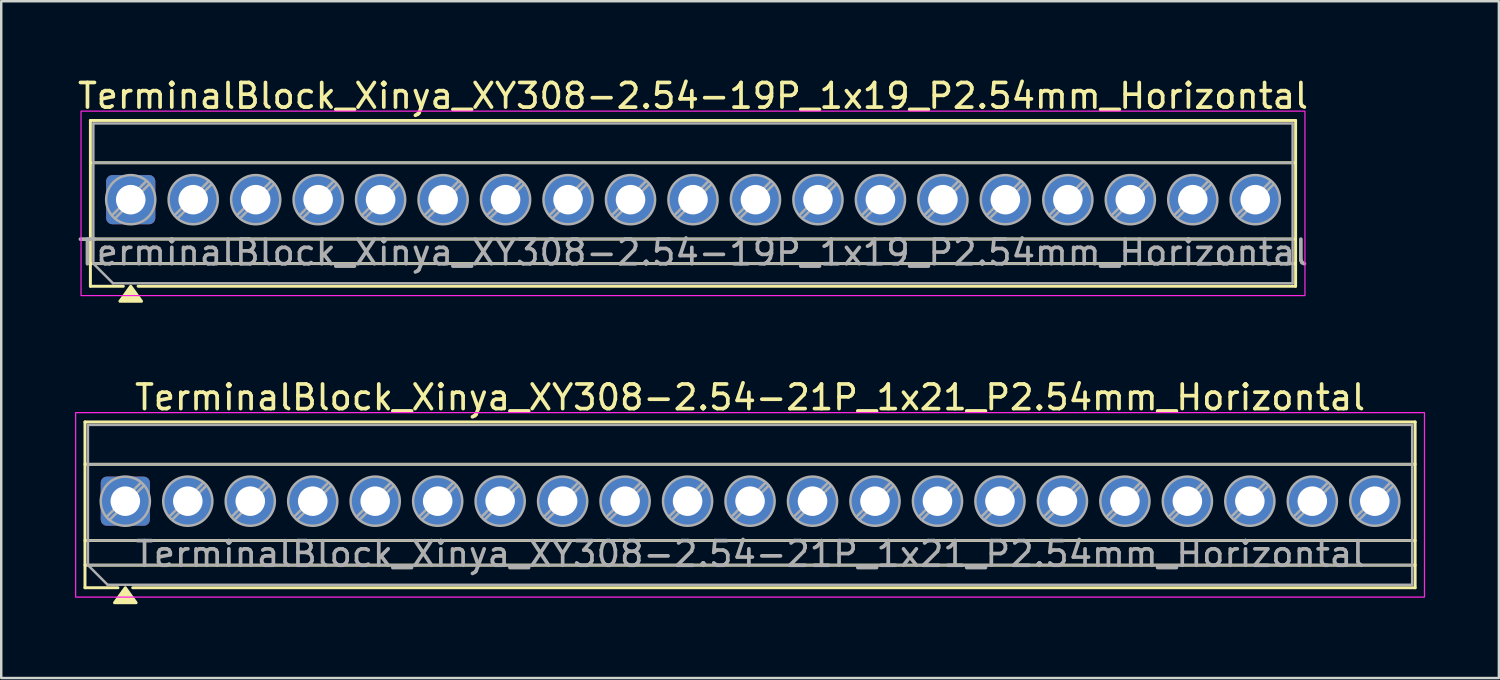
<source format=kicad_pcb>
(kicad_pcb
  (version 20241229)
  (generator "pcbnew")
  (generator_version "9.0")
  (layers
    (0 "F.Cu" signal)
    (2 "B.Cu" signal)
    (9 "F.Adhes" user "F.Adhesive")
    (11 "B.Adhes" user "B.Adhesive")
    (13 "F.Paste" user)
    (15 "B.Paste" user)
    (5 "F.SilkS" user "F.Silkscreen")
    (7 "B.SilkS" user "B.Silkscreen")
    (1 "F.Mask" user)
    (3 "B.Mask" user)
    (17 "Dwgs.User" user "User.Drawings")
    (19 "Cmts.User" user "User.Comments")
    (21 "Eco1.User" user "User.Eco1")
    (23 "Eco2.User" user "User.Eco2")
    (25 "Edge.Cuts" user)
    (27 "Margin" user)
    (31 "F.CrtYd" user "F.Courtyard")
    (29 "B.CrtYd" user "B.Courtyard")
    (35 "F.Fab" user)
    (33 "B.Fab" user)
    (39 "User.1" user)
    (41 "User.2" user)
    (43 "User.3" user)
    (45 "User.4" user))
  (footprint "TerminalBlock_Xinya_XY308-2.54-19P_1x19_P2.54mm_Horizontal"
    (layer "F.Cu")
    (at 2.265 5.068)
    (property "Reference" "TerminalBlock_Xinya_XY308-2.54-19P_1x19_P2.54mm_Horizontal" (at 22.86 -4.22 0) (layer "F.SilkS") (effects (font (size 1 1) (thickness 0.15))))
    (attr through_hole)
    (fp_line (start -1.64 -3.22) (end 47.36 -3.22) (stroke (width 0.12) (type solid)) (layer "F.SilkS"))
    (fp_line (start -1.64 -1.5) (end 47.36 -1.5) (stroke (width 0.12) (type solid)) (layer "F.SilkS"))
    (fp_line (start -1.64 1.6) (end 47.36 1.6) (stroke (width 0.12) (type solid)) (layer "F.SilkS"))
    (fp_line (start -1.64 2.6) (end 47.36 2.6) (stroke (width 0.12) (type solid)) (layer "F.SilkS"))
    (fp_line (start -1.64 3.52) (end -1.64 -3.22) (stroke (width 0.12) (type solid)) (layer "F.SilkS"))
    (fp_line (start -0.3 3.52) (end -1.64 3.52) (stroke (width 0.12) (type solid)) (layer "F.SilkS"))
    (fp_line (start 47.36 -3.22) (end 47.36 3.52) (stroke (width 0.12) (type solid)) (layer "F.SilkS"))
    (fp_line (start 47.36 3.52) (end 0.3 3.52) (stroke (width 0.12) (type solid)) (layer "F.SilkS"))
    (fp_poly (pts (xy 0 3.52) (xy 0.44 4.13) (xy -0.44 4.13)) (stroke (width 0.12) (type solid)) (fill yes) (layer "F.SilkS"))
    (fp_rect (start -2.02 -3.6) (end 47.74 3.9) (stroke (width 0.05) (type solid)) (fill no) (layer "F.CrtYd"))
    (fp_line (start -1.52 -3.1) (end 47.24 -3.1) (stroke (width 0.1) (type solid)) (layer "F.Fab"))
    (fp_line (start -1.52 -1.5) (end 47.24 -1.5) (stroke (width 0.1) (type solid)) (layer "F.Fab"))
    (fp_line (start -1.52 1.6) (end 47.24 1.6) (stroke (width 0.1) (type solid)) (layer "F.Fab"))
    (fp_line (start -1.52 2.6) (end -1.52 -3.1) (stroke (width 0.1) (type solid)) (layer "F.Fab"))
    (fp_line (start -1.52 2.6) (end 47.24 2.6) (stroke (width 0.1) (type solid)) (layer "F.Fab"))
    (fp_line (start -0.72 3.4) (end -1.52 2.6) (stroke (width 0.1) (type solid)) (layer "F.Fab"))
    (fp_line (start 0.636 -0.758) (end -0.758 0.636) (stroke (width 0.1) (type solid)) (layer "F.Fab"))
    (fp_line (start 0.758 -0.636) (end -0.636 0.758) (stroke (width 0.1) (type solid)) (layer "F.Fab"))
    (fp_line (start 3.176 -0.758) (end 1.782 0.636) (stroke (width 0.1) (type solid)) (layer "F.Fab"))
    (fp_line (start 3.298 -0.636) (end 1.904 0.758) (stroke (width 0.1) (type solid)) (layer "F.Fab"))
    (fp_line (start 5.716 -0.758) (end 4.322 0.636) (stroke (width 0.1) (type solid)) (layer "F.Fab"))
    (fp_line (start 5.838 -0.636) (end 4.444 0.758) (stroke (width 0.1) (type solid)) (layer "F.Fab"))
    (fp_line (start 8.256 -0.758) (end 6.862 0.636) (stroke (width 0.1) (type solid)) (layer "F.Fab"))
    (fp_line (start 8.378 -0.636) (end 6.984 0.758) (stroke (width 0.1) (type solid)) (layer "F.Fab"))
    (fp_line (start 10.796 -0.758) (end 9.402 0.636) (stroke (width 0.1) (type solid)) (layer "F.Fab"))
    (fp_line (start 10.918 -0.636) (end 9.524 0.758) (stroke (width 0.1) (type solid)) (layer "F.Fab"))
    (fp_line (start 13.336 -0.758) (end 11.942 0.636) (stroke (width 0.1) (type solid)) (layer "F.Fab"))
    (fp_line (start 13.458 -0.636) (end 12.064 0.758) (stroke (width 0.1) (type solid)) (layer "F.Fab"))
    (fp_line (start 15.876 -0.758) (end 14.482 0.636) (stroke (width 0.1) (type solid)) (layer "F.Fab"))
    (fp_line (start 15.998 -0.636) (end 14.604 0.758) (stroke (width 0.1) (type solid)) (layer "F.Fab"))
    (fp_line (start 18.416 -0.758) (end 17.022 0.636) (stroke (width 0.1) (type solid)) (layer "F.Fab"))
    (fp_line (start 18.538 -0.636) (end 17.144 0.758) (stroke (width 0.1) (type solid)) (layer "F.Fab"))
    (fp_line (start 20.956 -0.758) (end 19.562 0.636) (stroke (width 0.1) (type solid)) (layer "F.Fab"))
    (fp_line (start 21.078 -0.636) (end 19.684 0.758) (stroke (width 0.1) (type solid)) (layer "F.Fab"))
    (fp_line (start 23.496 -0.758) (end 22.102 0.636) (stroke (width 0.1) (type solid)) (layer "F.Fab"))
    (fp_line (start 23.618 -0.636) (end 22.224 0.758) (stroke (width 0.1) (type solid)) (layer "F.Fab"))
    (fp_line (start 26.036 -0.758) (end 24.642 0.636) (stroke (width 0.1) (type solid)) (layer "F.Fab"))
    (fp_line (start 26.158 -0.636) (end 24.764 0.758) (stroke (width 0.1) (type solid)) (layer "F.Fab"))
    (fp_line (start 28.576 -0.758) (end 27.182 0.636) (stroke (width 0.1) (type solid)) (layer "F.Fab"))
    (fp_line (start 28.698 -0.636) (end 27.304 0.758) (stroke (width 0.1) (type solid)) (layer "F.Fab"))
    (fp_line (start 31.116 -0.758) (end 29.722 0.636) (stroke (width 0.1) (type solid)) (layer "F.Fab"))
    (fp_line (start 31.238 -0.636) (end 29.844 0.758) (stroke (width 0.1) (type solid)) (layer "F.Fab"))
    (fp_line (start 33.656 -0.758) (end 32.262 0.636) (stroke (width 0.1) (type solid)) (layer "F.Fab"))
    (fp_line (start 33.778 -0.636) (end 32.384 0.758) (stroke (width 0.1) (type solid)) (layer "F.Fab"))
    (fp_line (start 36.196 -0.758) (end 34.802 0.636) (stroke (width 0.1) (type solid)) (layer "F.Fab"))
    (fp_line (start 36.318 -0.636) (end 34.924 0.758) (stroke (width 0.1) (type solid)) (layer "F.Fab"))
    (fp_line (start 38.736 -0.758) (end 37.342 0.636) (stroke (width 0.1) (type solid)) (layer "F.Fab"))
    (fp_line (start 38.858 -0.636) (end 37.464 0.758) (stroke (width 0.1) (type solid)) (layer "F.Fab"))
    (fp_line (start 41.276 -0.758) (end 39.882 0.636) (stroke (width 0.1) (type solid)) (layer "F.Fab"))
    (fp_line (start 41.398 -0.636) (end 40.004 0.758) (stroke (width 0.1) (type solid)) (layer "F.Fab"))
    (fp_line (start 43.816 -0.758) (end 42.422 0.636) (stroke (width 0.1) (type solid)) (layer "F.Fab"))
    (fp_line (start 43.938 -0.636) (end 42.544 0.758) (stroke (width 0.1) (type solid)) (layer "F.Fab"))
    (fp_line (start 46.356 -0.758) (end 44.962 0.636) (stroke (width 0.1) (type solid)) (layer "F.Fab"))
    (fp_line (start 46.478 -0.636) (end 45.084 0.758) (stroke (width 0.1) (type solid)) (layer "F.Fab"))
    (fp_line (start 47.24 -3.1) (end 47.24 3.4) (stroke (width 0.1) (type solid)) (layer "F.Fab"))
    (fp_line (start 47.24 3.4) (end -0.72 3.4) (stroke (width 0.1) (type solid)) (layer "F.Fab"))
    (fp_circle (center 0 0) (end 1 0) (stroke (width 0.1) (type solid)) (fill no) (layer "F.Fab"))
    (fp_circle (center 2.54 0) (end 3.54 0) (stroke (width 0.1) (type solid)) (fill no) (layer "F.Fab"))
    (fp_circle (center 5.08 0) (end 6.08 0) (stroke (width 0.1) (type solid)) (fill no) (layer "F.Fab"))
    (fp_circle (center 7.62 0) (end 8.62 0) (stroke (width 0.1) (type solid)) (fill no) (layer "F.Fab"))
    (fp_circle (center 10.16 0) (end 11.16 0) (stroke (width 0.1) (type solid)) (fill no) (layer "F.Fab"))
    (fp_circle (center 12.7 0) (end 13.7 0) (stroke (width 0.1) (type solid)) (fill no) (layer "F.Fab"))
    (fp_circle (center 15.24 0) (end 16.24 0) (stroke (width 0.1) (type solid)) (fill no) (layer "F.Fab"))
    (fp_circle (center 17.78 0) (end 18.78 0) (stroke (width 0.1) (type solid)) (fill no) (layer "F.Fab"))
    (fp_circle (center 20.32 0) (end 21.32 0) (stroke (width 0.1) (type solid)) (fill no) (layer "F.Fab"))
    (fp_circle (center 22.86 0) (end 23.86 0) (stroke (width 0.1) (type solid)) (fill no) (layer "F.Fab"))
    (fp_circle (center 25.4 0) (end 26.4 0) (stroke (width 0.1) (type solid)) (fill no) (layer "F.Fab"))
    (fp_circle (center 27.94 0) (end 28.94 0) (stroke (width 0.1) (type solid)) (fill no) (layer "F.Fab"))
    (fp_circle (center 30.48 0) (end 31.48 0) (stroke (width 0.1) (type solid)) (fill no) (layer "F.Fab"))
    (fp_circle (center 33.02 0) (end 34.02 0) (stroke (width 0.1) (type solid)) (fill no) (layer "F.Fab"))
    (fp_circle (center 35.56 0) (end 36.56 0) (stroke (width 0.1) (type solid)) (fill no) (layer "F.Fab"))
    (fp_circle (center 38.1 0) (end 39.1 0) (stroke (width 0.1) (type solid)) (fill no) (layer "F.Fab"))
    (fp_circle (center 40.64 0) (end 41.64 0) (stroke (width 0.1) (type solid)) (fill no) (layer "F.Fab"))
    (fp_circle (center 43.18 0) (end 44.18 0) (stroke (width 0.1) (type solid)) (fill no) (layer "F.Fab"))
    (fp_circle (center 45.72 0) (end 46.72 0) (stroke (width 0.1) (type solid)) (fill no) (layer "F.Fab"))
    (fp_text user "${REFERENCE}" (at 22.86 2.15 0) (layer "F.Fab") (effects (font (size 1 1) (thickness 0.15))))
    (pad "1" thru_hole roundrect (at 0 0) (size 2 2) (drill 1.2) (layers "*.Cu" "*.Mask") (roundrect_rratio 0.125))
    (pad "2" thru_hole circle (at 2.54 0) (size 2 2) (drill 1.2) (layers "*.Cu" "*.Mask"))
    (pad "3" thru_hole circle (at 5.08 0) (size 2 2) (drill 1.2) (layers "*.Cu" "*.Mask"))
    (pad "4" thru_hole circle (at 7.62 0) (size 2 2) (drill 1.2) (layers "*.Cu" "*.Mask"))
    (pad "5" thru_hole circle (at 10.16 0) (size 2 2) (drill 1.2) (layers "*.Cu" "*.Mask"))
    (pad "6" thru_hole circle (at 12.7 0) (size 2 2) (drill 1.2) (layers "*.Cu" "*.Mask"))
    (pad "7" thru_hole circle (at 15.24 0) (size 2 2) (drill 1.2) (layers "*.Cu" "*.Mask"))
    (pad "8" thru_hole circle (at 17.78 0) (size 2 2) (drill 1.2) (layers "*.Cu" "*.Mask"))
    (pad "9" thru_hole circle (at 20.32 0) (size 2 2) (drill 1.2) (layers "*.Cu" "*.Mask"))
    (pad "10" thru_hole circle (at 22.86 0) (size 2 2) (drill 1.2) (layers "*.Cu" "*.Mask"))
    (pad "11" thru_hole circle (at 25.4 0) (size 2 2) (drill 1.2) (layers "*.Cu" "*.Mask"))
    (pad "12" thru_hole circle (at 27.94 0) (size 2 2) (drill 1.2) (layers "*.Cu" "*.Mask"))
    (pad "13" thru_hole circle (at 30.48 0) (size 2 2) (drill 1.2) (layers "*.Cu" "*.Mask"))
    (pad "14" thru_hole circle (at 33.02 0) (size 2 2) (drill 1.2) (layers "*.Cu" "*.Mask"))
    (pad "15" thru_hole circle (at 35.56 0) (size 2 2) (drill 1.2) (layers "*.Cu" "*.Mask"))
    (pad "16" thru_hole circle (at 38.1 0) (size 2 2) (drill 1.2) (layers "*.Cu" "*.Mask"))
    (pad "17" thru_hole circle (at 40.64 0) (size 2 2) (drill 1.2) (layers "*.Cu" "*.Mask"))
    (pad "18" thru_hole circle (at 43.18 0) (size 2 2) (drill 1.2) (layers "*.Cu" "*.Mask"))
    (pad "19" thru_hole circle (at 45.72 0) (size 2 2) (drill 1.2) (layers "*.Cu" "*.Mask")))
  (footprint "TerminalBlock_Xinya_XY308-2.54-21P_1x21_P2.54mm_Horizontal"
    (layer "F.Cu")
    (at 2.045 17.326)
    (property "Reference" "TerminalBlock_Xinya_XY308-2.54-21P_1x21_P2.54mm_Horizontal" (at 25.4 -4.22 0) (layer "F.SilkS") (effects (font (size 1 1) (thickness 0.15))))
    (attr through_hole)
    (fp_line (start -1.64 -3.22) (end 52.44 -3.22) (stroke (width 0.12) (type solid)) (layer "F.SilkS"))
    (fp_line (start -1.64 -1.5) (end 52.44 -1.5) (stroke (width 0.12) (type solid)) (layer "F.SilkS"))
    (fp_line (start -1.64 1.6) (end 52.44 1.6) (stroke (width 0.12) (type solid)) (layer "F.SilkS"))
    (fp_line (start -1.64 2.6) (end 52.44 2.6) (stroke (width 0.12) (type solid)) (layer "F.SilkS"))
    (fp_line (start -1.64 3.52) (end -1.64 -3.22) (stroke (width 0.12) (type solid)) (layer "F.SilkS"))
    (fp_line (start -0.3 3.52) (end -1.64 3.52) (stroke (width 0.12) (type solid)) (layer "F.SilkS"))
    (fp_line (start 52.44 -3.22) (end 52.44 3.52) (stroke (width 0.12) (type solid)) (layer "F.SilkS"))
    (fp_line (start 52.44 3.52) (end 0.3 3.52) (stroke (width 0.12) (type solid)) (layer "F.SilkS"))
    (fp_poly (pts (xy 0 3.52) (xy 0.44 4.13) (xy -0.44 4.13)) (stroke (width 0.12) (type solid)) (fill yes) (layer "F.SilkS"))
    (fp_rect (start -2.02 -3.6) (end 52.82 3.9) (stroke (width 0.05) (type solid)) (fill no) (layer "F.CrtYd"))
    (fp_line (start -1.52 -3.1) (end 52.32 -3.1) (stroke (width 0.1) (type solid)) (layer "F.Fab"))
    (fp_line (start -1.52 -1.5) (end 52.32 -1.5) (stroke (width 0.1) (type solid)) (layer "F.Fab"))
    (fp_line (start -1.52 1.6) (end 52.32 1.6) (stroke (width 0.1) (type solid)) (layer "F.Fab"))
    (fp_line (start -1.52 2.6) (end -1.52 -3.1) (stroke (width 0.1) (type solid)) (layer "F.Fab"))
    (fp_line (start -1.52 2.6) (end 52.32 2.6) (stroke (width 0.1) (type solid)) (layer "F.Fab"))
    (fp_line (start -0.72 3.4) (end -1.52 2.6) (stroke (width 0.1) (type solid)) (layer "F.Fab"))
    (fp_line (start 0.636 -0.758) (end -0.758 0.636) (stroke (width 0.1) (type solid)) (layer "F.Fab"))
    (fp_line (start 0.758 -0.636) (end -0.636 0.758) (stroke (width 0.1) (type solid)) (layer "F.Fab"))
    (fp_line (start 3.176 -0.758) (end 1.782 0.636) (stroke (width 0.1) (type solid)) (layer "F.Fab"))
    (fp_line (start 3.298 -0.636) (end 1.904 0.758) (stroke (width 0.1) (type solid)) (layer "F.Fab"))
    (fp_line (start 5.716 -0.758) (end 4.322 0.636) (stroke (width 0.1) (type solid)) (layer "F.Fab"))
    (fp_line (start 5.838 -0.636) (end 4.444 0.758) (stroke (width 0.1) (type solid)) (layer "F.Fab"))
    (fp_line (start 8.256 -0.758) (end 6.862 0.636) (stroke (width 0.1) (type solid)) (layer "F.Fab"))
    (fp_line (start 8.378 -0.636) (end 6.984 0.758) (stroke (width 0.1) (type solid)) (layer "F.Fab"))
    (fp_line (start 10.796 -0.758) (end 9.402 0.636) (stroke (width 0.1) (type solid)) (layer "F.Fab"))
    (fp_line (start 10.918 -0.636) (end 9.524 0.758) (stroke (width 0.1) (type solid)) (layer "F.Fab"))
    (fp_line (start 13.336 -0.758) (end 11.942 0.636) (stroke (width 0.1) (type solid)) (layer "F.Fab"))
    (fp_line (start 13.458 -0.636) (end 12.064 0.758) (stroke (width 0.1) (type solid)) (layer "F.Fab"))
    (fp_line (start 15.876 -0.758) (end 14.482 0.636) (stroke (width 0.1) (type solid)) (layer "F.Fab"))
    (fp_line (start 15.998 -0.636) (end 14.604 0.758) (stroke (width 0.1) (type solid)) (layer "F.Fab"))
    (fp_line (start 18.416 -0.758) (end 17.022 0.636) (stroke (width 0.1) (type solid)) (layer "F.Fab"))
    (fp_line (start 18.538 -0.636) (end 17.144 0.758) (stroke (width 0.1) (type solid)) (layer "F.Fab"))
    (fp_line (start 20.956 -0.758) (end 19.562 0.636) (stroke (width 0.1) (type solid)) (layer "F.Fab"))
    (fp_line (start 21.078 -0.636) (end 19.684 0.758) (stroke (width 0.1) (type solid)) (layer "F.Fab"))
    (fp_line (start 23.496 -0.758) (end 22.102 0.636) (stroke (width 0.1) (type solid)) (layer "F.Fab"))
    (fp_line (start 23.618 -0.636) (end 22.224 0.758) (stroke (width 0.1) (type solid)) (layer "F.Fab"))
    (fp_line (start 26.036 -0.758) (end 24.642 0.636) (stroke (width 0.1) (type solid)) (layer "F.Fab"))
    (fp_line (start 26.158 -0.636) (end 24.764 0.758) (stroke (width 0.1) (type solid)) (layer "F.Fab"))
    (fp_line (start 28.576 -0.758) (end 27.182 0.636) (stroke (width 0.1) (type solid)) (layer "F.Fab"))
    (fp_line (start 28.698 -0.636) (end 27.304 0.758) (stroke (width 0.1) (type solid)) (layer "F.Fab"))
    (fp_line (start 31.116 -0.758) (end 29.722 0.636) (stroke (width 0.1) (type solid)) (layer "F.Fab"))
    (fp_line (start 31.238 -0.636) (end 29.844 0.758) (stroke (width 0.1) (type solid)) (layer "F.Fab"))
    (fp_line (start 33.656 -0.758) (end 32.262 0.636) (stroke (width 0.1) (type solid)) (layer "F.Fab"))
    (fp_line (start 33.778 -0.636) (end 32.384 0.758) (stroke (width 0.1) (type solid)) (layer "F.Fab"))
    (fp_line (start 36.196 -0.758) (end 34.802 0.636) (stroke (width 0.1) (type solid)) (layer "F.Fab"))
    (fp_line (start 36.318 -0.636) (end 34.924 0.758) (stroke (width 0.1) (type solid)) (layer "F.Fab"))
    (fp_line (start 38.736 -0.758) (end 37.342 0.636) (stroke (width 0.1) (type solid)) (layer "F.Fab"))
    (fp_line (start 38.858 -0.636) (end 37.464 0.758) (stroke (width 0.1) (type solid)) (layer "F.Fab"))
    (fp_line (start 41.276 -0.758) (end 39.882 0.636) (stroke (width 0.1) (type solid)) (layer "F.Fab"))
    (fp_line (start 41.398 -0.636) (end 40.004 0.758) (stroke (width 0.1) (type solid)) (layer "F.Fab"))
    (fp_line (start 43.816 -0.758) (end 42.422 0.636) (stroke (width 0.1) (type solid)) (layer "F.Fab"))
    (fp_line (start 43.938 -0.636) (end 42.544 0.758) (stroke (width 0.1) (type solid)) (layer "F.Fab"))
    (fp_line (start 46.356 -0.758) (end 44.962 0.636) (stroke (width 0.1) (type solid)) (layer "F.Fab"))
    (fp_line (start 46.478 -0.636) (end 45.084 0.758) (stroke (width 0.1) (type solid)) (layer "F.Fab"))
    (fp_line (start 48.896 -0.758) (end 47.502 0.636) (stroke (width 0.1) (type solid)) (layer "F.Fab"))
    (fp_line (start 49.018 -0.636) (end 47.624 0.758) (stroke (width 0.1) (type solid)) (layer "F.Fab"))
    (fp_line (start 51.436 -0.758) (end 50.042 0.636) (stroke (width 0.1) (type solid)) (layer "F.Fab"))
    (fp_line (start 51.558 -0.636) (end 50.164 0.758) (stroke (width 0.1) (type solid)) (layer "F.Fab"))
    (fp_line (start 52.32 -3.1) (end 52.32 3.4) (stroke (width 0.1) (type solid)) (layer "F.Fab"))
    (fp_line (start 52.32 3.4) (end -0.72 3.4) (stroke (width 0.1) (type solid)) (layer "F.Fab"))
    (fp_circle (center 0 0) (end 1 0) (stroke (width 0.1) (type solid)) (fill no) (layer "F.Fab"))
    (fp_circle (center 2.54 0) (end 3.54 0) (stroke (width 0.1) (type solid)) (fill no) (layer "F.Fab"))
    (fp_circle (center 5.08 0) (end 6.08 0) (stroke (width 0.1) (type solid)) (fill no) (layer "F.Fab"))
    (fp_circle (center 7.62 0) (end 8.62 0) (stroke (width 0.1) (type solid)) (fill no) (layer "F.Fab"))
    (fp_circle (center 10.16 0) (end 11.16 0) (stroke (width 0.1) (type solid)) (fill no) (layer "F.Fab"))
    (fp_circle (center 12.7 0) (end 13.7 0) (stroke (width 0.1) (type solid)) (fill no) (layer "F.Fab"))
    (fp_circle (center 15.24 0) (end 16.24 0) (stroke (width 0.1) (type solid)) (fill no) (layer "F.Fab"))
    (fp_circle (center 17.78 0) (end 18.78 0) (stroke (width 0.1) (type solid)) (fill no) (layer "F.Fab"))
    (fp_circle (center 20.32 0) (end 21.32 0) (stroke (width 0.1) (type solid)) (fill no) (layer "F.Fab"))
    (fp_circle (center 22.86 0) (end 23.86 0) (stroke (width 0.1) (type solid)) (fill no) (layer "F.Fab"))
    (fp_circle (center 25.4 0) (end 26.4 0) (stroke (width 0.1) (type solid)) (fill no) (layer "F.Fab"))
    (fp_circle (center 27.94 0) (end 28.94 0) (stroke (width 0.1) (type solid)) (fill no) (layer "F.Fab"))
    (fp_circle (center 30.48 0) (end 31.48 0) (stroke (width 0.1) (type solid)) (fill no) (layer "F.Fab"))
    (fp_circle (center 33.02 0) (end 34.02 0) (stroke (width 0.1) (type solid)) (fill no) (layer "F.Fab"))
    (fp_circle (center 35.56 0) (end 36.56 0) (stroke (width 0.1) (type solid)) (fill no) (layer "F.Fab"))
    (fp_circle (center 38.1 0) (end 39.1 0) (stroke (width 0.1) (type solid)) (fill no) (layer "F.Fab"))
    (fp_circle (center 40.64 0) (end 41.64 0) (stroke (width 0.1) (type solid)) (fill no) (layer "F.Fab"))
    (fp_circle (center 43.18 0) (end 44.18 0) (stroke (width 0.1) (type solid)) (fill no) (layer "F.Fab"))
    (fp_circle (center 45.72 0) (end 46.72 0) (stroke (width 0.1) (type solid)) (fill no) (layer "F.Fab"))
    (fp_circle (center 48.26 0) (end 49.26 0) (stroke (width 0.1) (type solid)) (fill no) (layer "F.Fab"))
    (fp_circle (center 50.8 0) (end 51.8 0) (stroke (width 0.1) (type solid)) (fill no) (layer "F.Fab"))
    (fp_text user "${REFERENCE}" (at 25.4 2.15 0) (layer "F.Fab") (effects (font (size 1 1) (thickness 0.15))))
    (pad "1" thru_hole roundrect (at 0 0) (size 2 2) (drill 1.2) (layers "*.Cu" "*.Mask") (roundrect_rratio 0.125))
    (pad "2" thru_hole circle (at 2.54 0) (size 2 2) (drill 1.2) (layers "*.Cu" "*.Mask"))
    (pad "3" thru_hole circle (at 5.08 0) (size 2 2) (drill 1.2) (layers "*.Cu" "*.Mask"))
    (pad "4" thru_hole circle (at 7.62 0) (size 2 2) (drill 1.2) (layers "*.Cu" "*.Mask"))
    (pad "5" thru_hole circle (at 10.16 0) (size 2 2) (drill 1.2) (layers "*.Cu" "*.Mask"))
    (pad "6" thru_hole circle (at 12.7 0) (size 2 2) (drill 1.2) (layers "*.Cu" "*.Mask"))
    (pad "7" thru_hole circle (at 15.24 0) (size 2 2) (drill 1.2) (layers "*.Cu" "*.Mask"))
    (pad "8" thru_hole circle (at 17.78 0) (size 2 2) (drill 1.2) (layers "*.Cu" "*.Mask"))
    (pad "9" thru_hole circle (at 20.32 0) (size 2 2) (drill 1.2) (layers "*.Cu" "*.Mask"))
    (pad "10" thru_hole circle (at 22.86 0) (size 2 2) (drill 1.2) (layers "*.Cu" "*.Mask"))
    (pad "11" thru_hole circle (at 25.4 0) (size 2 2) (drill 1.2) (layers "*.Cu" "*.Mask"))
    (pad "12" thru_hole circle (at 27.94 0) (size 2 2) (drill 1.2) (layers "*.Cu" "*.Mask"))
    (pad "13" thru_hole circle (at 30.48 0) (size 2 2) (drill 1.2) (layers "*.Cu" "*.Mask"))
    (pad "14" thru_hole circle (at 33.02 0) (size 2 2) (drill 1.2) (layers "*.Cu" "*.Mask"))
    (pad "15" thru_hole circle (at 35.56 0) (size 2 2) (drill 1.2) (layers "*.Cu" "*.Mask"))
    (pad "16" thru_hole circle (at 38.1 0) (size 2 2) (drill 1.2) (layers "*.Cu" "*.Mask"))
    (pad "17" thru_hole circle (at 40.64 0) (size 2 2) (drill 1.2) (layers "*.Cu" "*.Mask"))
    (pad "18" thru_hole circle (at 43.18 0) (size 2 2) (drill 1.2) (layers "*.Cu" "*.Mask"))
    (pad "19" thru_hole circle (at 45.72 0) (size 2 2) (drill 1.2) (layers "*.Cu" "*.Mask"))
    (pad "20" thru_hole circle (at 48.26 0) (size 2 2) (drill 1.2) (layers "*.Cu" "*.Mask"))
    (pad "21" thru_hole circle (at 50.8 0) (size 2 2) (drill 1.2) (layers "*.Cu" "*.Mask")))
  (gr_rect
    (start -3 -3)
    (end 57.89 24.517)
    (stroke (width 0.1) (type default))
    (fill no)
    (layer "Edge.Cuts")))
</source>
